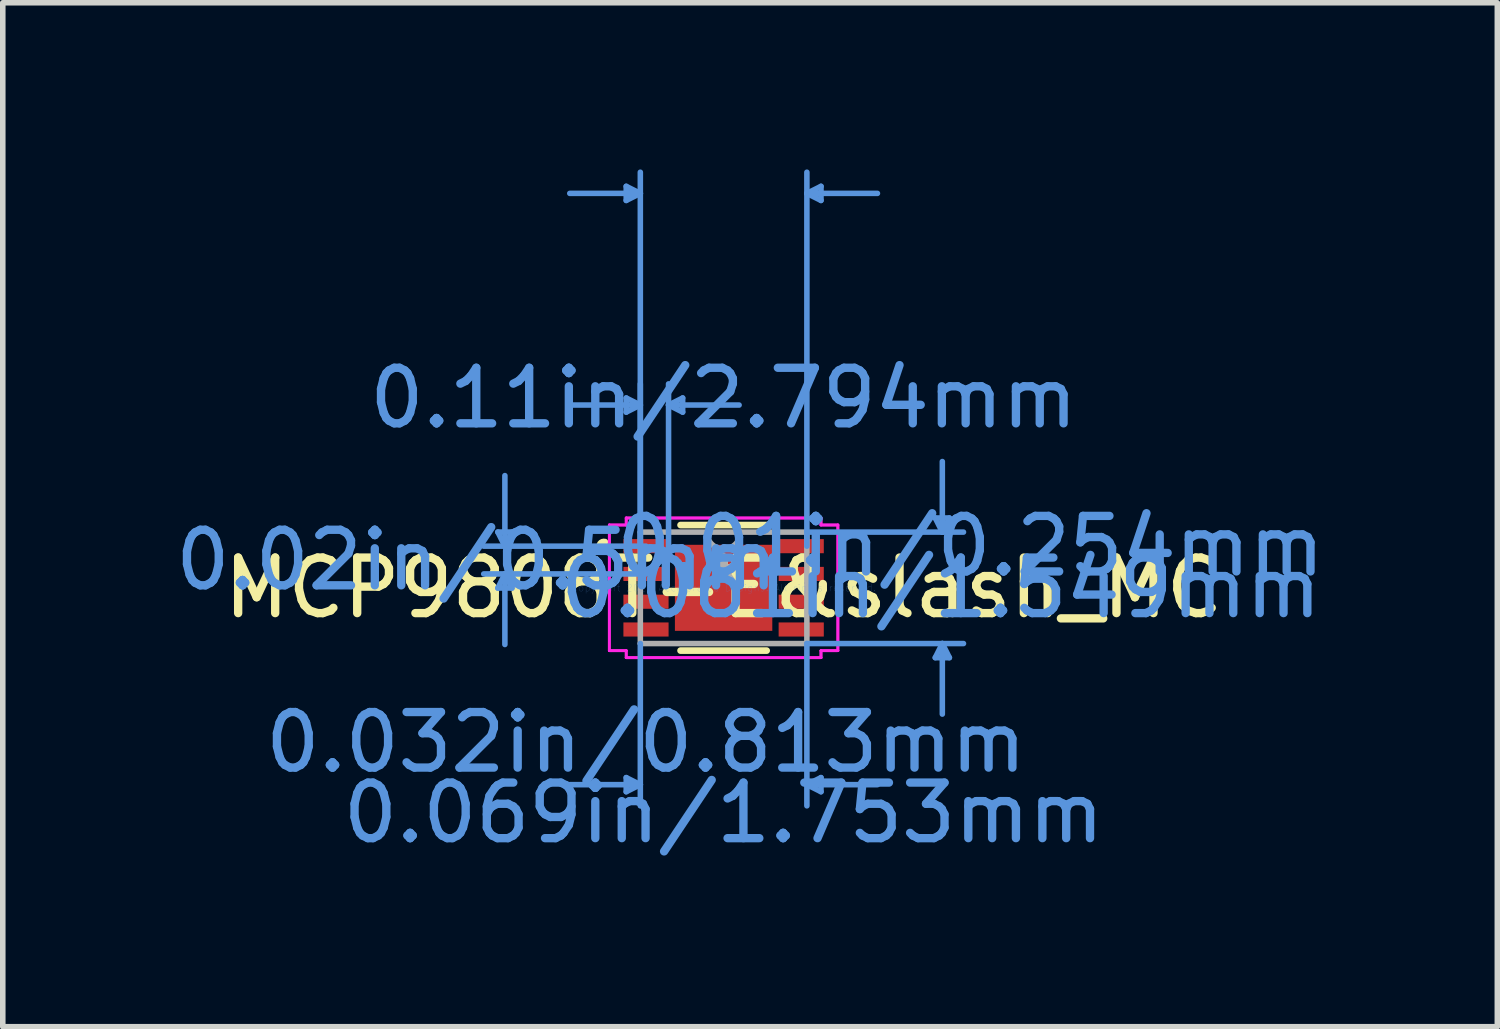
<source format=kicad_pcb>
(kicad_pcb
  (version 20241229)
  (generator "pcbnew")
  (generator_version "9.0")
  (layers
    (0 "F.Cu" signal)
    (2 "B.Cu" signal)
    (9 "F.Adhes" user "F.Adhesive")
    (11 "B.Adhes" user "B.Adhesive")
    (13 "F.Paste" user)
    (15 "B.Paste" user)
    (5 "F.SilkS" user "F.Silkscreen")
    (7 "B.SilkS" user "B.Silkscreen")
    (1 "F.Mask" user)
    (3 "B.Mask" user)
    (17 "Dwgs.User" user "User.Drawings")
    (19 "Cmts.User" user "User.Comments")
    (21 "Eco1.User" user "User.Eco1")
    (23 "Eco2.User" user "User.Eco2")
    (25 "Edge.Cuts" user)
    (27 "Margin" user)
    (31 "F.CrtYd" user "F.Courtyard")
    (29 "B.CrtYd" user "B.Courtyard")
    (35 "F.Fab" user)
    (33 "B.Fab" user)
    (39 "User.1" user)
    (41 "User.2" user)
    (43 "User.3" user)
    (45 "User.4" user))
  (footprint "MCP9808T-E&slash_MC"
    (layer "F.Cu")
    (at 9.975 7.531)
    (property "Reference" "MCP9808T-E&slash_MC" (at 0 0 0) (layer "F.SilkS") (effects (font (size 1 1) (thickness 0.15))))
    (attr through_hole)
    (fp_line (start -0.775 1.13) (end 0.775 1.13) (stroke (width 0.12) (type solid)) (layer "F.SilkS"))
    (fp_line (start 0.775 -1.13) (end -0.775 -1.13) (stroke (width 0.12) (type solid)) (layer "F.SilkS"))
    (fp_arc (start -2.13614 -0.676171) (mid -2.2312 -0.75) (end -2.13614 -0.823829) (stroke (width 0.12) (type solid)) (layer "F.SilkS"))
    (fp_line (start -4.064 -1.004) (end -3.81 -1.004) (stroke (width 0.1) (type solid)) (layer "Cmts.User"))
    (fp_line (start -4.064 0.004) (end -3.81 0.004) (stroke (width 0.1) (type solid)) (layer "Cmts.User"))
    (fp_line (start -3.937 -0.75) (end -4.064 -1.004) (stroke (width 0.1) (type solid)) (layer "Cmts.User"))
    (fp_line (start -3.937 -0.75) (end -3.937 -2.02) (stroke (width 0.1) (type solid)) (layer "Cmts.User"))
    (fp_line (start -3.937 -0.75) (end -3.81 -1.004) (stroke (width 0.1) (type solid)) (layer "Cmts.User"))
    (fp_line (start -3.937 -0.25) (end -4.064 0.004) (stroke (width 0.1) (type solid)) (layer "Cmts.User"))
    (fp_line (start -3.937 -0.25) (end -3.937 1.02) (stroke (width 0.1) (type solid)) (layer "Cmts.User"))
    (fp_line (start -3.937 -0.25) (end -3.81 0.004) (stroke (width 0.1) (type solid)) (layer "Cmts.User"))
    (fp_line (start -1.753 -7.227) (end -1.753 -6.973) (stroke (width 0.1) (type solid)) (layer "Cmts.User"))
    (fp_line (start -1.753 -3.417) (end -1.753 -3.163) (stroke (width 0.1) (type solid)) (layer "Cmts.User"))
    (fp_line (start -1.753 3.416) (end -1.753 3.67) (stroke (width 0.1) (type solid)) (layer "Cmts.User"))
    (fp_line (start -1.499 -7.1) (end -2.769 -7.1) (stroke (width 0.1) (type solid)) (layer "Cmts.User"))
    (fp_line (start -1.499 -7.1) (end -1.753 -7.227) (stroke (width 0.1) (type solid)) (layer "Cmts.User"))
    (fp_line (start -1.499 -7.1) (end -1.753 -6.973) (stroke (width 0.1) (type solid)) (layer "Cmts.User"))
    (fp_line (start -1.499 -3.29) (end -2.769 -3.29) (stroke (width 0.1) (type solid)) (layer "Cmts.User"))
    (fp_line (start -1.499 -3.29) (end -1.753 -3.417) (stroke (width 0.1) (type solid)) (layer "Cmts.User"))
    (fp_line (start -1.499 -3.29) (end -1.753 -3.163) (stroke (width 0.1) (type solid)) (layer "Cmts.User"))
    (fp_line (start -1.499 -0.75) (end -1.499 -7.481) (stroke (width 0.1) (type solid)) (layer "Cmts.User"))
    (fp_line (start -1.499 -0.75) (end -1.499 -3.671) (stroke (width 0.1) (type solid)) (layer "Cmts.User"))
    (fp_line (start -1.499 1.003) (end -1.499 3.924) (stroke (width 0.1) (type solid)) (layer "Cmts.User"))
    (fp_line (start -1.499 3.543) (end -2.769 3.543) (stroke (width 0.1) (type solid)) (layer "Cmts.User"))
    (fp_line (start -1.499 3.543) (end -1.753 3.416) (stroke (width 0.1) (type solid)) (layer "Cmts.User"))
    (fp_line (start -1.499 3.543) (end -1.753 3.67) (stroke (width 0.1) (type solid)) (layer "Cmts.User"))
    (fp_line (start -1.397 -0.75) (end -4.318 -0.75) (stroke (width 0.1) (type solid)) (layer "Cmts.User"))
    (fp_line (start -1.397 -0.25) (end -4.318 -0.25) (stroke (width 0.1) (type solid)) (layer "Cmts.User"))
    (fp_line (start -0.991 -3.29) (end -0.737 -3.417) (stroke (width 0.1) (type solid)) (layer "Cmts.User"))
    (fp_line (start -0.991 -3.29) (end -0.737 -3.163) (stroke (width 0.1) (type solid)) (layer "Cmts.User"))
    (fp_line (start -0.991 -3.29) (end 0.279 -3.29) (stroke (width 0.1) (type solid)) (layer "Cmts.User"))
    (fp_line (start -0.991 -0.75) (end -0.991 -3.671) (stroke (width 0.1) (type solid)) (layer "Cmts.User"))
    (fp_line (start -0.737 -3.417) (end -0.737 -3.163) (stroke (width 0.1) (type solid)) (layer "Cmts.User"))
    (fp_line (start 1.499 -7.1) (end 1.753 -7.227) (stroke (width 0.1) (type solid)) (layer "Cmts.User"))
    (fp_line (start 1.499 -7.1) (end 1.753 -6.973) (stroke (width 0.1) (type solid)) (layer "Cmts.User"))
    (fp_line (start 1.499 -7.1) (end 2.769 -7.1) (stroke (width 0.1) (type solid)) (layer "Cmts.User"))
    (fp_line (start 1.499 -1.003) (end 4.318 -1.003) (stroke (width 0.1) (type solid)) (layer "Cmts.User"))
    (fp_line (start 1.499 -0.75) (end 1.499 -7.481) (stroke (width 0.1) (type solid)) (layer "Cmts.User"))
    (fp_line (start 1.499 1.003) (end 1.499 3.924) (stroke (width 0.1) (type solid)) (layer "Cmts.User"))
    (fp_line (start 1.499 1.003) (end 4.318 1.003) (stroke (width 0.1) (type solid)) (layer "Cmts.User"))
    (fp_line (start 1.499 3.543) (end 1.753 3.416) (stroke (width 0.1) (type solid)) (layer "Cmts.User"))
    (fp_line (start 1.499 3.543) (end 1.753 3.67) (stroke (width 0.1) (type solid)) (layer "Cmts.User"))
    (fp_line (start 1.499 3.543) (end 2.769 3.543) (stroke (width 0.1) (type solid)) (layer "Cmts.User"))
    (fp_line (start 1.753 -7.227) (end 1.753 -6.973) (stroke (width 0.1) (type solid)) (layer "Cmts.User"))
    (fp_line (start 1.753 3.416) (end 1.753 3.67) (stroke (width 0.1) (type solid)) (layer "Cmts.User"))
    (fp_line (start 3.81 -1.257) (end 4.064 -1.257) (stroke (width 0.1) (type solid)) (layer "Cmts.User"))
    (fp_line (start 3.81 1.257) (end 4.064 1.257) (stroke (width 0.1) (type solid)) (layer "Cmts.User"))
    (fp_line (start 3.937 -1.003) (end 3.81 -1.257) (stroke (width 0.1) (type solid)) (layer "Cmts.User"))
    (fp_line (start 3.937 -1.003) (end 3.937 -2.273) (stroke (width 0.1) (type solid)) (layer "Cmts.User"))
    (fp_line (start 3.937 -1.003) (end 4.064 -1.257) (stroke (width 0.1) (type solid)) (layer "Cmts.User"))
    (fp_line (start 3.937 1.003) (end 3.81 1.257) (stroke (width 0.1) (type solid)) (layer "Cmts.User"))
    (fp_line (start 3.937 1.003) (end 3.937 2.273) (stroke (width 0.1) (type solid)) (layer "Cmts.User"))
    (fp_line (start 3.937 1.003) (end 4.064 1.257) (stroke (width 0.1) (type solid)) (layer "Cmts.User"))
    (fp_line (start -2.057 -1.131) (end -1.753 -1.131) (stroke (width 0.05) (type solid)) (layer "F.CrtYd"))
    (fp_line (start -2.057 -1.131) (end -1.753 -1.131) (stroke (width 0.05) (type solid)) (layer "F.CrtYd"))
    (fp_line (start -2.057 1.131) (end -2.057 -1.131) (stroke (width 0.05) (type solid)) (layer "F.CrtYd"))
    (fp_line (start -2.057 1.131) (end -2.057 -1.131) (stroke (width 0.05) (type solid)) (layer "F.CrtYd"))
    (fp_line (start -2.057 1.131) (end -1.753 1.131) (stroke (width 0.05) (type solid)) (layer "F.CrtYd"))
    (fp_line (start -1.753 -1.257) (end 1.753 -1.257) (stroke (width 0.05) (type solid)) (layer "F.CrtYd"))
    (fp_line (start -1.753 -1.257) (end 1.753 -1.257) (stroke (width 0.05) (type solid)) (layer "F.CrtYd"))
    (fp_line (start -1.753 -1.131) (end -1.753 -1.257) (stroke (width 0.05) (type solid)) (layer "F.CrtYd"))
    (fp_line (start -1.753 -1.131) (end -1.753 -1.257) (stroke (width 0.05) (type solid)) (layer "F.CrtYd"))
    (fp_line (start -1.753 1.131) (end -2.057 1.131) (stroke (width 0.05) (type solid)) (layer "F.CrtYd"))
    (fp_line (start -1.753 1.257) (end -1.753 1.131) (stroke (width 0.05) (type solid)) (layer "F.CrtYd"))
    (fp_line (start -1.753 1.257) (end -1.753 1.131) (stroke (width 0.05) (type solid)) (layer "F.CrtYd"))
    (fp_line (start 1.753 -1.257) (end 1.753 -1.131) (stroke (width 0.05) (type solid)) (layer "F.CrtYd"))
    (fp_line (start 1.753 -1.257) (end 1.753 -1.131) (stroke (width 0.05) (type solid)) (layer "F.CrtYd"))
    (fp_line (start 1.753 -1.131) (end 2.057 -1.131) (stroke (width 0.05) (type solid)) (layer "F.CrtYd"))
    (fp_line (start 1.753 1.131) (end 1.753 1.257) (stroke (width 0.05) (type solid)) (layer "F.CrtYd"))
    (fp_line (start 1.753 1.131) (end 1.753 1.257) (stroke (width 0.05) (type solid)) (layer "F.CrtYd"))
    (fp_line (start 1.753 1.257) (end -1.753 1.257) (stroke (width 0.05) (type solid)) (layer "F.CrtYd"))
    (fp_line (start 1.753 1.257) (end -1.753 1.257) (stroke (width 0.05) (type solid)) (layer "F.CrtYd"))
    (fp_line (start 2.057 -1.131) (end 1.753 -1.131) (stroke (width 0.05) (type solid)) (layer "F.CrtYd"))
    (fp_line (start 2.057 -1.131) (end 2.057 1.131) (stroke (width 0.05) (type solid)) (layer "F.CrtYd"))
    (fp_line (start 2.057 -1.131) (end 2.057 1.131) (stroke (width 0.05) (type solid)) (layer "F.CrtYd"))
    (fp_line (start 2.057 1.131) (end 1.753 1.131) (stroke (width 0.05) (type solid)) (layer "F.CrtYd"))
    (fp_line (start 2.057 1.131) (end 1.753 1.131) (stroke (width 0.05) (type solid)) (layer "F.CrtYd"))
    (fp_line (start -1.499 -1.003) (end -1.499 1.003) (stroke (width 0.1) (type solid)) (layer "F.Fab"))
    (fp_line (start -1.499 1.003) (end 1.499 1.003) (stroke (width 0.1) (type solid)) (layer "F.Fab"))
    (fp_line (start 1.499 -1.003) (end -1.499 -1.003) (stroke (width 0.1) (type solid)) (layer "F.Fab"))
    (fp_line (start 1.499 1.003) (end 1.499 -1.003) (stroke (width 0.1) (type solid)) (layer "F.Fab"))
    (fp_arc (start 0.3048 -1.0033) (mid 0 -0.6985) (end -0.3048 -1.0033) (stroke (width 0.1) (type solid)) (layer "F.Fab"))
    (fp_text user "*" (at 0 0 0) (layer "F.SilkS") (effects (font (size 1 1) (thickness 0.15))))
    (fp_text user "0.032in/0.813mm" (at -1.397 2.781 0) (layer "Cmts.User") (effects (font (size 1 1) (thickness 0.15))))
    (fp_text user "0.061in/1.549mm" (at 3.912 0 0) (layer "Cmts.User") (effects (font (size 1 1) (thickness 0.15))))
    (fp_text user "0.01in/0.254mm" (at 4.445 -0.75 0) (layer "Cmts.User") (effects (font (size 1 1) (thickness 0.15))))
    (fp_text user "0.02in/0.5mm" (at -4.445 -0.5 0) (layer "Cmts.User") (effects (font (size 1 1) (thickness 0.15))))
    (fp_text user "0.069in/1.753mm" (at 0 4.051 0) (layer "Cmts.User") (effects (font (size 1 1) (thickness 0.15))))
    (fp_text user "Copyright 2021 Accelerated Designs. All rights reserved." (at 0 0 0) (layer "Cmts.User") (effects (font (size 0.127 0.127) (thickness 0.002))))
    (fp_text user "0.11in/2.794mm" (at 0 -3.416 0) (layer "Cmts.User") (effects (font (size 1 1) (thickness 0.15))))
    (fp_text user "*" (at 0 0 0) (layer "F.Fab") (effects (font (size 1 1) (thickness 0.15))))
    (pad "1" smd rect (at -1.397 -0.75) (size 0.813 0.254) (layers "F.Cu" "F.Mask" "F.Paste"))
    (pad "2" smd rect (at -1.397 -0.25) (size 0.813 0.254) (layers "F.Cu" "F.Mask" "F.Paste"))
    (pad "3" smd rect (at -1.397 0.25) (size 0.813 0.254) (layers "F.Cu" "F.Mask" "F.Paste"))
    (pad "4" smd rect (at -1.397 0.75) (size 0.813 0.254) (layers "F.Cu" "F.Mask" "F.Paste"))
    (pad "5" smd rect (at 1.397 0.75) (size 0.813 0.254) (layers "F.Cu" "F.Mask" "F.Paste"))
    (pad "6" smd rect (at 1.397 0.25) (size 0.813 0.254) (layers "F.Cu" "F.Mask" "F.Paste"))
    (pad "7" smd rect (at 1.397 -0.25) (size 0.813 0.254) (layers "F.Cu" "F.Mask" "F.Paste"))
    (pad "8" smd rect (at 1.397 -0.75) (size 0.813 0.254) (layers "F.Cu" "F.Mask" "F.Paste"))
    (pad "9" smd rect (at 0 0) (size 1.753 1.549) (layers "F.Cu" "F.Mask" "F.Paste")))
  (gr_rect
    (start -3 -3)
    (end 23.902 15.431)
    (stroke (width 0.1) (type default))
    (fill no)
    (layer "Edge.Cuts")))
</source>
